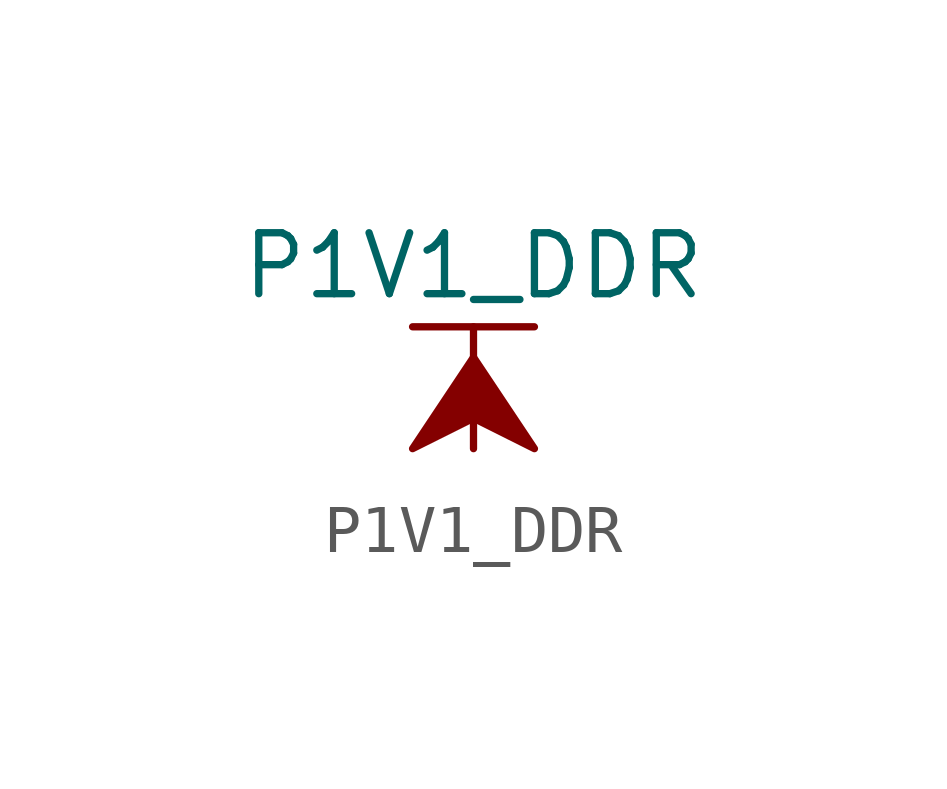
<source format=kicad_sym>
(kicad_symbol_lib
  (version 20211014)
  (generator kicad_symbol_editor)
  (symbol "P1V1_DDR"
    (power)
    (pin_names
      (offset 0))
    (property "Reference" "#PWR"
      (at 0 -3.81 0)
      (effects (font (size 1.27 1.27)) hide))
    (property "Value" "P1V1_DDR"
      (at 0 3.81 0)
      (effects (font (size 1.27 1.27))))
    (symbol "P1V1_DDR_0_1"
      (polyline (pts (xy -1.27 2.54) (xy 1.27 2.54)) (stroke (width 0.152) (type default) (color 0 0 0 0)) (fill (type none)))
      (polyline (pts (xy 0 0) (xy 0 2.54)) (stroke (width 0.152) (type default) (color 0 0 0 0)) (fill (type none)))
      (polyline (pts (xy 0 1.905) (xy -1.27 0) (xy 0 0.635) (xy 1.27 0) (xy 0 1.905)) (stroke (width 0.152) (type default) (color 0 0 0 0)) (fill (type outline))))
    (symbol "P1V1_DDR_1_1"
      (pin power_in line (at 0 0 90) (length 0) hide (name "P1V1_DDR" (effects (font (size 1.27 1.27)))) (number "1" (effects (font (size 1.27 1.27))))))))
</source>
